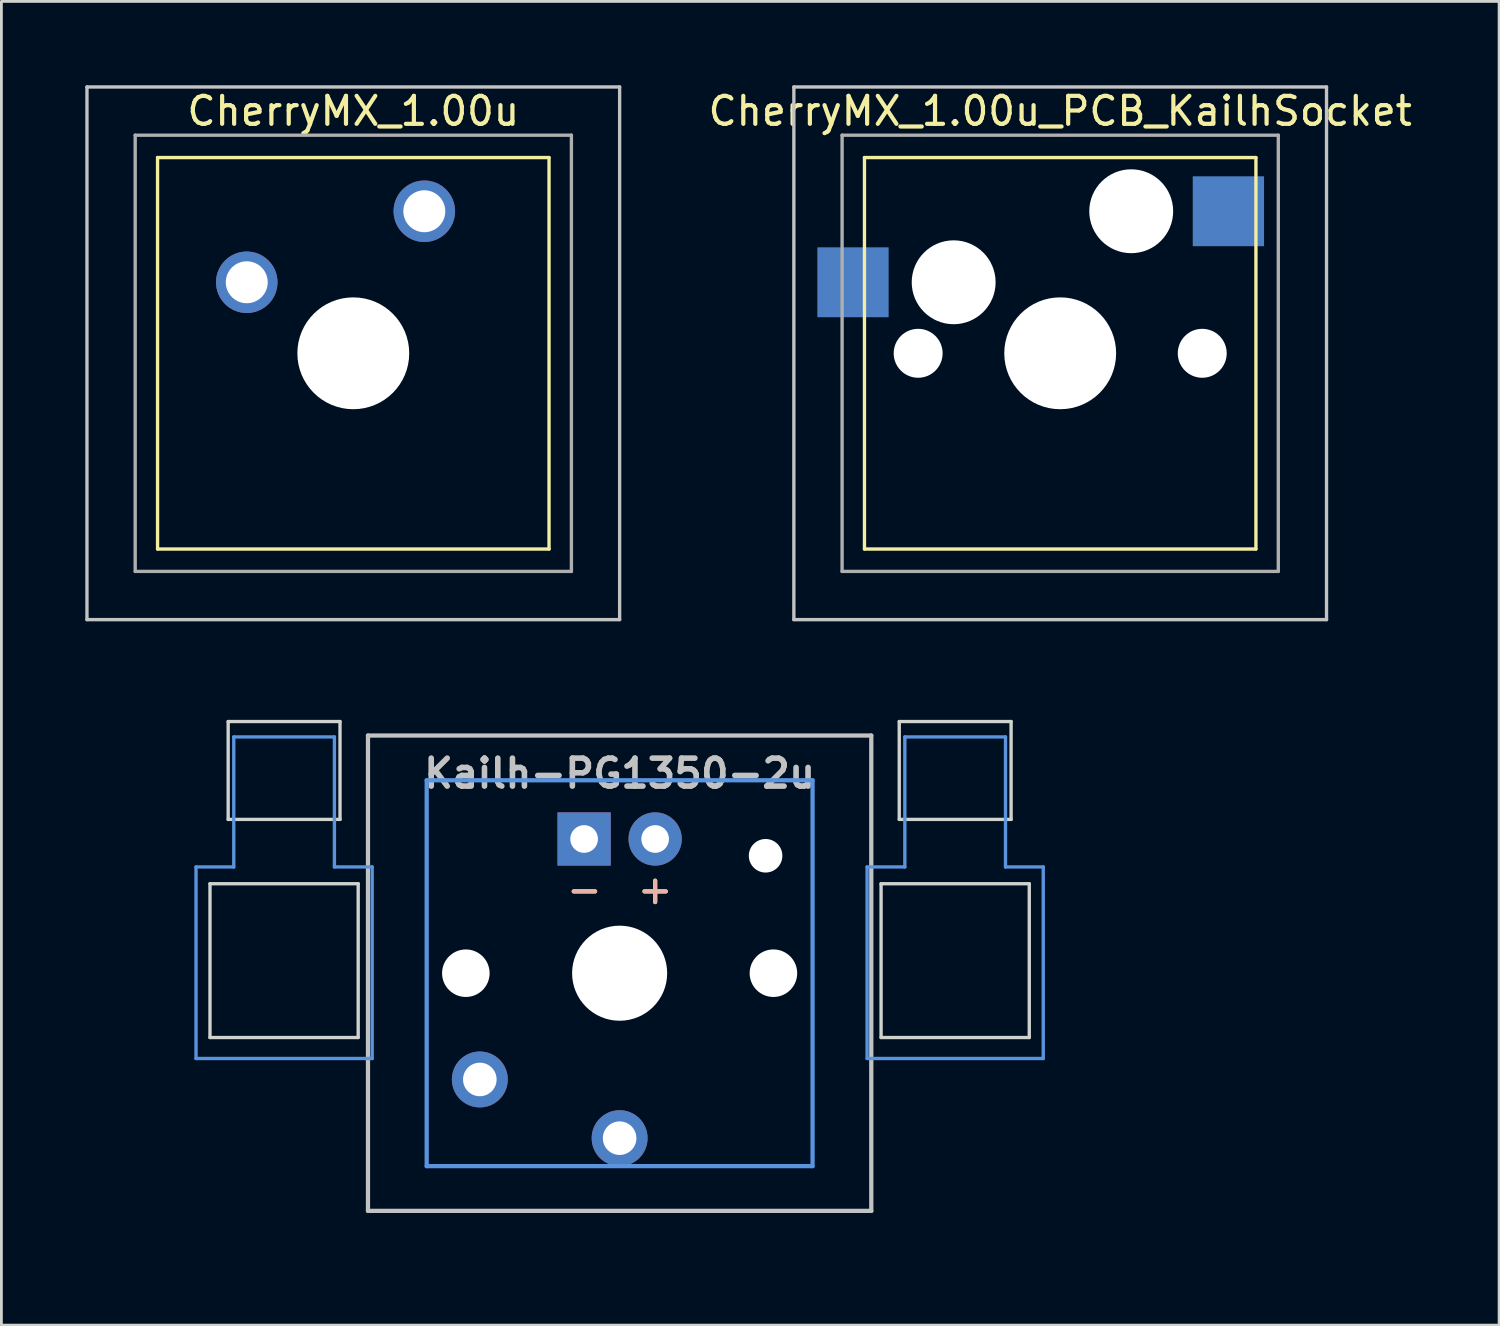
<source format=kicad_pcb>
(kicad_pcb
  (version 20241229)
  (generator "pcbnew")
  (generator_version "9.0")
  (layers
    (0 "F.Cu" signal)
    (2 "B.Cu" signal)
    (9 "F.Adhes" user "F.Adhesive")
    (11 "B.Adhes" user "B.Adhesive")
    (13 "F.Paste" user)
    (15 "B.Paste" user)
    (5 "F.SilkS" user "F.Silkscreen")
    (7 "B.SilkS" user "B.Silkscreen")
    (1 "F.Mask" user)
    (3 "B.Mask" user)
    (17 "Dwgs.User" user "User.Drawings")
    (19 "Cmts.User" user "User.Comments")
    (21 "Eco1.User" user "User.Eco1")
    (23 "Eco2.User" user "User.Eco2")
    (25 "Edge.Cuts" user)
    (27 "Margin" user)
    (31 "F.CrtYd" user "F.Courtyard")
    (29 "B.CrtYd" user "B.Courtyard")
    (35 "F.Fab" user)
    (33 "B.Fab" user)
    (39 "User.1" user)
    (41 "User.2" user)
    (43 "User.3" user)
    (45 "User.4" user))
  (footprint "Kailh-PG1350-2u"
    (layer "F.Cu")
    (at 19.11 31.755)
    (property "Reference" "Kailh-PG1350-2u" (at 0 -7.144 180) (layer "Dwgs.User") (effects (font (size 1 1) (thickness 0.2))))
    (attr through_hole)
    (fp_line (start -9 -8.5) (end 9 -8.5) (stroke (width 0.152) (type solid)) (layer "Dwgs.User"))
    (fp_line (start -9 8.5) (end -9 -8.5) (stroke (width 0.152) (type solid)) (layer "Dwgs.User"))
    (fp_line (start 9 -8.5) (end 9 8.5) (stroke (width 0.152) (type solid)) (layer "Dwgs.User"))
    (fp_line (start 9 8.5) (end -9 8.5) (stroke (width 0.152) (type solid)) (layer "Dwgs.User"))
    (fp_line (start -15.15 -3.8) (end -13.8 -3.8) (stroke (width 0.12) (type solid)) (layer "Cmts.User"))
    (fp_line (start -15.15 3.05) (end -15.15 -3.8) (stroke (width 0.12) (type solid)) (layer "Cmts.User"))
    (fp_line (start -15.15 3.05) (end -8.85 3.05) (stroke (width 0.12) (type solid)) (layer "Cmts.User"))
    (fp_line (start -13.8 -8.45) (end -13.8 -3.8) (stroke (width 0.12) (type solid)) (layer "Cmts.User"))
    (fp_line (start -13.8 -8.45) (end -10.2 -8.45) (stroke (width 0.12) (type solid)) (layer "Cmts.User"))
    (fp_line (start -10.2 -8.45) (end -10.2 -3.8) (stroke (width 0.12) (type solid)) (layer "Cmts.User"))
    (fp_line (start -10.2 -3.8) (end -8.85 -3.8) (stroke (width 0.12) (type solid)) (layer "Cmts.User"))
    (fp_line (start -8.85 3.05) (end -8.85 -3.8) (stroke (width 0.12) (type solid)) (layer "Cmts.User"))
    (fp_line (start -6.9 -6.9) (end 6.9 -6.9) (stroke (width 0.152) (type solid)) (layer "Cmts.User"))
    (fp_line (start -6.9 6.9) (end -6.9 -6.9) (stroke (width 0.152) (type solid)) (layer "Cmts.User"))
    (fp_line (start 6.9 -6.9) (end 6.9 6.9) (stroke (width 0.152) (type solid)) (layer "Cmts.User"))
    (fp_line (start 6.9 6.9) (end -6.9 6.9) (stroke (width 0.152) (type solid)) (layer "Cmts.User"))
    (fp_line (start 8.85 -3.8) (end 10.2 -3.8) (stroke (width 0.12) (type solid)) (layer "Cmts.User"))
    (fp_line (start 8.85 3.05) (end 8.85 -3.8) (stroke (width 0.12) (type solid)) (layer "Cmts.User"))
    (fp_line (start 8.85 3.05) (end 15.15 3.05) (stroke (width 0.12) (type solid)) (layer "Cmts.User"))
    (fp_line (start 10.2 -8.45) (end 10.2 -3.8) (stroke (width 0.12) (type solid)) (layer "Cmts.User"))
    (fp_line (start 10.2 -8.45) (end 13.8 -8.45) (stroke (width 0.12) (type solid)) (layer "Cmts.User"))
    (fp_line (start 13.8 -8.45) (end 13.8 -3.8) (stroke (width 0.12) (type solid)) (layer "Cmts.User"))
    (fp_line (start 13.8 -3.8) (end 15.15 -3.8) (stroke (width 0.12) (type solid)) (layer "Cmts.User"))
    (fp_line (start 15.15 3.05) (end 15.15 -3.8) (stroke (width 0.12) (type solid)) (layer "Cmts.User"))
    (fp_line (start -19.05 -9.525) (end -19.05 9.525) (stroke (width 0.12) (type solid)) (layer "Eco1.User"))
    (fp_line (start -19.05 -9.525) (end 19.05 -9.525) (stroke (width 0.12) (type solid)) (layer "Eco1.User"))
    (fp_line (start -19.05 9.525) (end 19.05 9.525) (stroke (width 0.12) (type solid)) (layer "Eco1.User"))
    (fp_line (start 19.05 -9.525) (end 19.05 9.525) (stroke (width 0.12) (type solid)) (layer "Eco1.User"))
    (fp_line (start -7.5 -7.5) (end 7.5 -7.5) (stroke (width 0.152) (type solid)) (layer "Eco2.User"))
    (fp_line (start -7.5 7.5) (end -7.5 -7.5) (stroke (width 0.152) (type solid)) (layer "Eco2.User"))
    (fp_line (start 7.5 -7.5) (end 7.5 7.5) (stroke (width 0.152) (type solid)) (layer "Eco2.User"))
    (fp_line (start 7.5 7.5) (end -7.5 7.5) (stroke (width 0.152) (type solid)) (layer "Eco2.User"))
    (fp_line (start -14.65 -3.2) (end -14.65 2.3) (stroke (width 0.12) (type solid)) (layer "Edge.Cuts"))
    (fp_line (start -14.65 -3.2) (end -9.35 -3.2) (stroke (width 0.12) (type solid)) (layer "Edge.Cuts"))
    (fp_line (start -14.65 2.3) (end -9.35 2.3) (stroke (width 0.12) (type solid)) (layer "Edge.Cuts"))
    (fp_line (start -14 -9) (end -14 -5.5) (stroke (width 0.12) (type solid)) (layer "Edge.Cuts"))
    (fp_line (start -14 -9) (end -10 -9) (stroke (width 0.12) (type solid)) (layer "Edge.Cuts"))
    (fp_line (start -14 -5.5) (end -10 -5.5) (stroke (width 0.12) (type solid)) (layer "Edge.Cuts"))
    (fp_line (start -10 -5.5) (end -10 -9) (stroke (width 0.12) (type solid)) (layer "Edge.Cuts"))
    (fp_line (start -9.35 2.3) (end -9.35 -3.2) (stroke (width 0.12) (type solid)) (layer "Edge.Cuts"))
    (fp_line (start 9.35 -3.2) (end 9.35 2.3) (stroke (width 0.12) (type solid)) (layer "Edge.Cuts"))
    (fp_line (start 9.35 -3.2) (end 14.65 -3.2) (stroke (width 0.12) (type solid)) (layer "Edge.Cuts"))
    (fp_line (start 9.35 2.3) (end 14.65 2.3) (stroke (width 0.12) (type solid)) (layer "Edge.Cuts"))
    (fp_line (start 10 -9) (end 10 -5.5) (stroke (width 0.12) (type solid)) (layer "Edge.Cuts"))
    (fp_line (start 10 -9) (end 14 -9) (stroke (width 0.12) (type solid)) (layer "Edge.Cuts"))
    (fp_line (start 10 -5.5) (end 14 -5.5) (stroke (width 0.12) (type solid)) (layer "Edge.Cuts"))
    (fp_line (start 14 -5.5) (end 14 -9) (stroke (width 0.12) (type solid)) (layer "Edge.Cuts"))
    (fp_line (start 14.65 2.3) (end 14.65 -3.2) (stroke (width 0.12) (type solid)) (layer "Edge.Cuts"))
    (fp_text user "-" (at -1.26 -3 180) (layer "F.SilkS") (effects (font (size 1 1) (thickness 0.15))))
    (fp_text user "+" (at 1.27 -3 180) (layer "F.SilkS") (effects (font (size 1 1) (thickness 0.15))))
    (fp_text user "+" (at 1.27 -3 180) (layer "B.SilkS") (effects (font (size 1 1) (thickness 0.15)) (justify mirror)))
    (fp_text user "-" (at -1.26 -3 180) (layer "B.SilkS") (effects (font (size 1 1) (thickness 0.15)) (justify mirror)))
    (pad "" np_thru_hole circle (at -5.5 0 180) (size 1.7 1.7) (drill 1.7) (layers "*.Cu" "*.Mask"))
    (pad "" np_thru_hole circle (at 0 0 180) (size 3.4 3.4) (drill 3.4) (layers "*.Cu" "*.Mask"))
    (pad "" np_thru_hole circle (at 5.22 -4.2 180) (size 1.2 1.2) (drill 1.2) (layers "*.Cu" "*.Mask"))
    (pad "" np_thru_hole circle (at 5.5 0 180) (size 1.7 1.7) (drill 1.7) (layers "*.Cu" "*.Mask"))
    (pad "1" thru_hole circle (at 0 5.9 180) (size 2 2) (drill 1.2) (layers "*.Cu" "*.Mask"))
    (pad "2" thru_hole circle (at -5 3.8 41.9) (size 2 2) (drill 1.2) (layers "*.Cu" "*.Mask"))
    (pad "3" thru_hole circle (at 1.27 -4.8 180) (size 1.905 1.905) (drill 0.991) (layers "*.Cu" "*.Mask"))
    (pad "4" thru_hole rect (at -1.27 -4.8 180) (size 1.905 1.905) (drill 0.991) (layers "*.Cu" "*.Mask")))
  (footprint "CherryMX_1.00u"
    (layer "F.Cu")
    (at 9.585 9.585)
    (property "Reference" "CherryMX_1.00u" (at 0 -8.662 0) (layer "F.SilkS") (effects (font (size 1 1) (thickness 0.15))))
    (attr through_hole)
    (fp_line (start -7 -7) (end -7 7) (stroke (width 0.12) (type solid)) (layer "F.SilkS"))
    (fp_line (start -7 -7) (end 7 -7) (stroke (width 0.12) (type solid)) (layer "F.SilkS"))
    (fp_line (start 7 -7) (end 7 7) (stroke (width 0.12) (type solid)) (layer "F.SilkS"))
    (fp_line (start 7 7) (end -7 7) (stroke (width 0.12) (type solid)) (layer "F.SilkS"))
    (fp_line (start -9.525 -9.525) (end 9.525 -9.525) (stroke (width 0.12) (type solid)) (layer "Dwgs.User"))
    (fp_line (start -9.525 9.525) (end -9.525 -9.525) (stroke (width 0.12) (type solid)) (layer "Dwgs.User"))
    (fp_line (start 9.525 -9.525) (end 9.525 9.525) (stroke (width 0.12) (type solid)) (layer "Dwgs.User"))
    (fp_line (start 9.525 9.525) (end -9.525 9.525) (stroke (width 0.12) (type solid)) (layer "Dwgs.User"))
    (fp_line (start -7.8 -7.8) (end -7.8 7.8) (stroke (width 0.12) (type solid)) (layer "F.Fab"))
    (fp_line (start -7.8 -7.8) (end 7.8 -7.8) (stroke (width 0.12) (type solid)) (layer "F.Fab"))
    (fp_line (start -7.8 7.8) (end 7.8 7.8) (stroke (width 0.12) (type solid)) (layer "F.Fab"))
    (fp_line (start 7.8 -7.8) (end 7.8 7.8) (stroke (width 0.12) (type solid)) (layer "F.Fab"))
    (pad "" np_thru_hole circle (at 0 0) (size 4 4) (drill 4) (layers "*.Cu" "*.Mask"))
    (pad "1" thru_hole circle (at -3.81 -2.54) (size 2.2 2.2) (drill 1.5) (layers "*.Cu" "*.Mask"))
    (pad "2" thru_hole circle (at 2.54 -5.08) (size 2.2 2.2) (drill 1.5) (layers "*.Cu" "*.Mask")))
  (footprint "CherryMX_1.00u_PCB_KailhSocket"
    (layer "F.Cu")
    (at 34.866 9.585)
    (property "Reference" "CherryMX_1.00u_PCB_KailhSocket" (at 0 -8.662 0) (layer "F.SilkS") (effects (font (size 1 1) (thickness 0.15))))
    (attr through_hole)
    (fp_line (start -7 -7) (end -7 7) (stroke (width 0.12) (type solid)) (layer "F.SilkS"))
    (fp_line (start -7 -7) (end 7 -7) (stroke (width 0.12) (type solid)) (layer "F.SilkS"))
    (fp_line (start 7 -7) (end 7 7) (stroke (width 0.12) (type solid)) (layer "F.SilkS"))
    (fp_line (start 7 7) (end -7 7) (stroke (width 0.12) (type solid)) (layer "F.SilkS"))
    (fp_line (start -9.525 -9.525) (end 9.525 -9.525) (stroke (width 0.12) (type solid)) (layer "Dwgs.User"))
    (fp_line (start -9.525 9.525) (end -9.525 -9.525) (stroke (width 0.12) (type solid)) (layer "Dwgs.User"))
    (fp_line (start 9.525 -9.525) (end 9.525 9.525) (stroke (width 0.12) (type solid)) (layer "Dwgs.User"))
    (fp_line (start 9.525 9.525) (end -9.525 9.525) (stroke (width 0.12) (type solid)) (layer "Dwgs.User"))
    (fp_line (start -7.8 -7.8) (end -7.8 7.8) (stroke (width 0.12) (type solid)) (layer "F.Fab"))
    (fp_line (start -7.8 -7.8) (end 7.8 -7.8) (stroke (width 0.12) (type solid)) (layer "F.Fab"))
    (fp_line (start -7.8 7.8) (end 7.8 7.8) (stroke (width 0.12) (type solid)) (layer "F.Fab"))
    (fp_line (start 7.8 -7.8) (end 7.8 7.8) (stroke (width 0.12) (type solid)) (layer "F.Fab"))
    (pad "" np_thru_hole circle (at -5.08 0) (size 1.75 1.75) (drill 1.75) (layers "*.Cu" "*.Mask"))
    (pad "" np_thru_hole circle (at -3.81 -2.54) (size 3 3) (drill 3) (layers "*.Cu" "*.Mask"))
    (pad "" np_thru_hole circle (at 0 0) (size 4 4) (drill 4) (layers "*.Cu" "*.Mask"))
    (pad "" np_thru_hole circle (at 2.54 -5.08) (size 3 3) (drill 3) (layers "*.Cu" "*.Mask"))
    (pad "" np_thru_hole circle (at 5.08 0) (size 1.75 1.75) (drill 1.75) (layers "*.Cu" "*.Mask"))
    (pad "1" smd rect (at -7.41 -2.54) (size 2.55 2.5) (layers "B.Cu" "B.Mask" "B.Paste"))
    (pad "2" smd rect (at 6.015 -5.08) (size 2.55 2.5) (layers "B.Cu" "B.Mask" "B.Paste")))
  (gr_rect
    (start -3 -3)
    (end 50.563 44.34)
    (stroke (width 0.1) (type default))
    (fill no)
    (layer "Edge.Cuts")))
</source>
